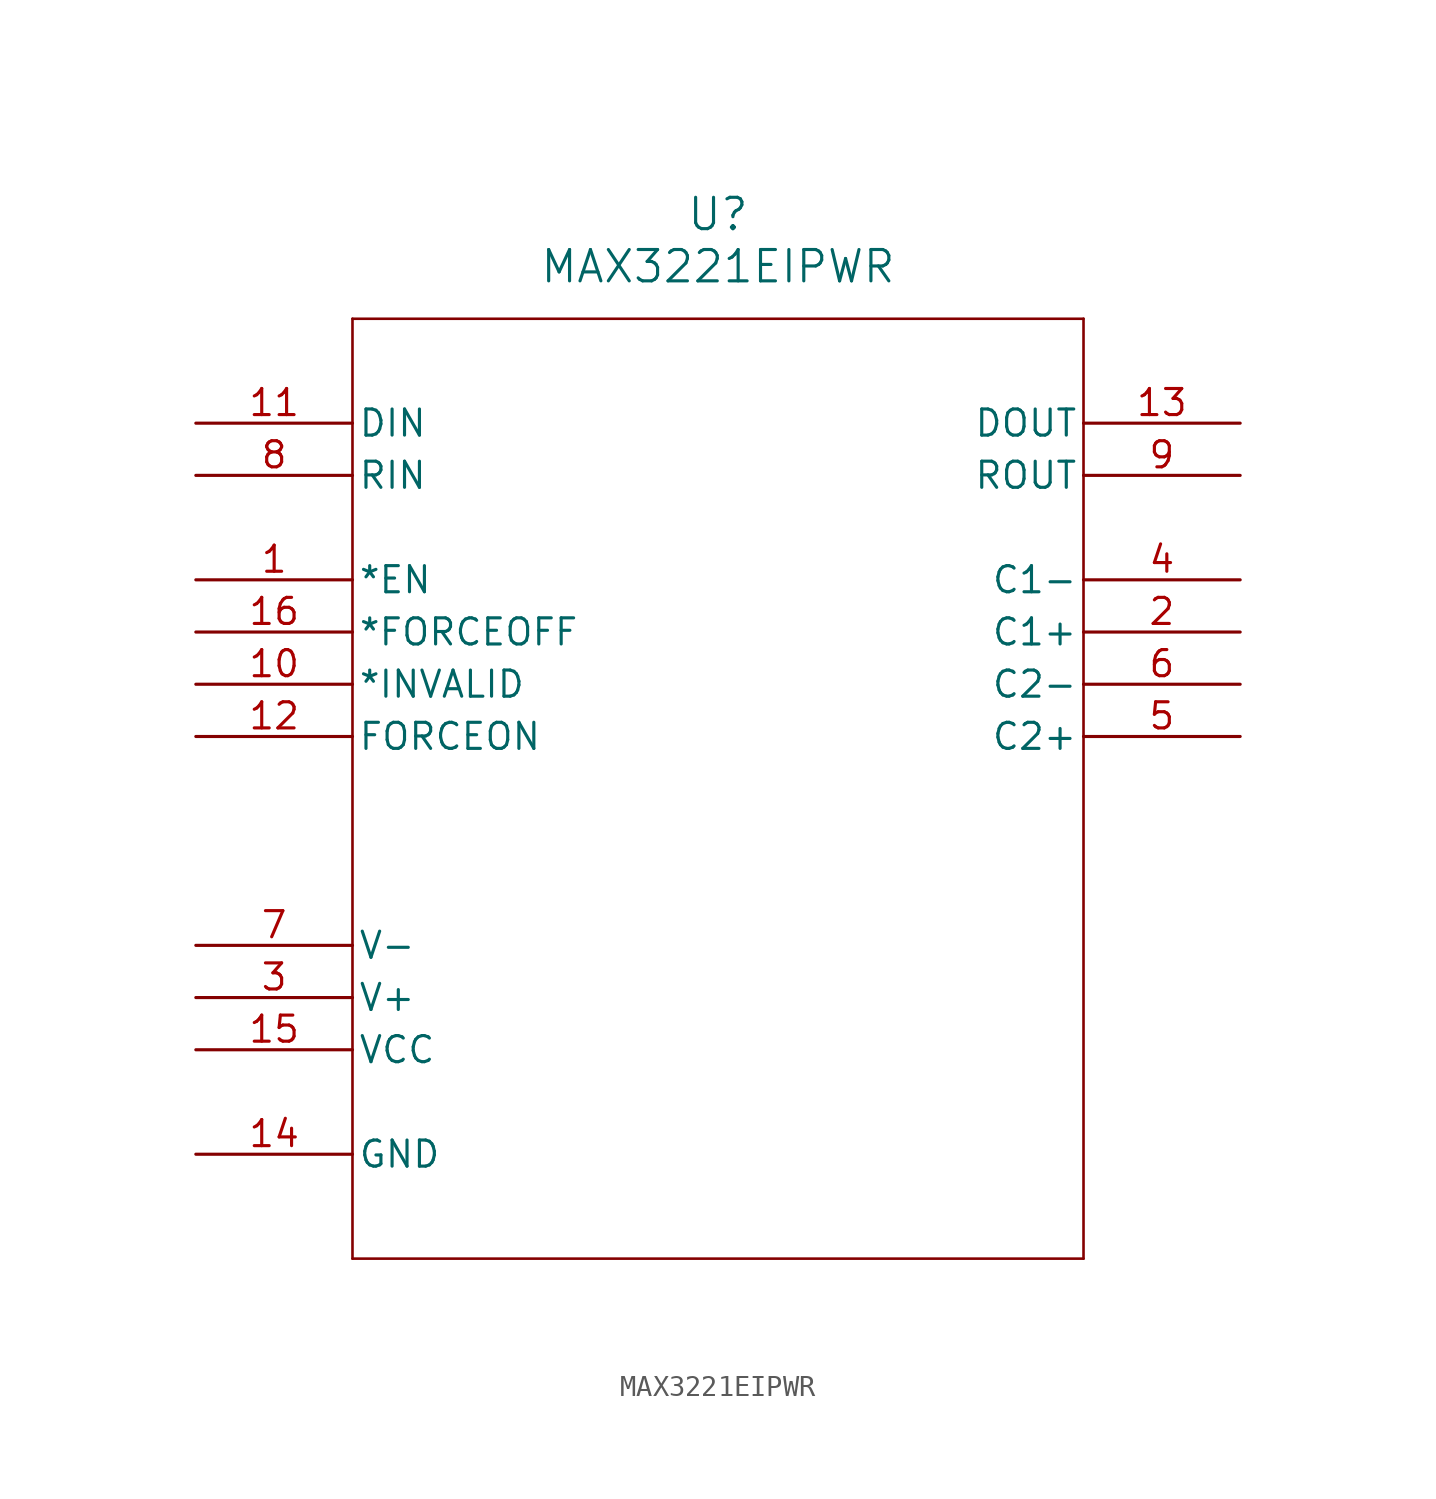
<source format=kicad_sym>
(kicad_symbol_lib
  (version 20241209)
  (generator "kicad_symbol_editor")
  (generator_version "9.0")
  (symbol "MAX3221EIPWR"
    (pin_names
      (offset 0.254))
    (property "Reference" "U"
      (at 25.4 10.16 0)
      (effects (font (size 1.524 1.524))))
    (property "Value" "MAX3221EIPWR"
      (at 25.4 7.62 0)
      (effects (font (size 1.524 1.524))))
    (property "ki_locked" ""
      (at 0 0 0)
      (effects (font (size 1.27 1.27))))
    (symbol "MAX3221EIPWR_0_1"
      (polyline (pts (xy 7.62 5.08) (xy 7.62 -40.64)) (stroke (width 0.127) (type default)) (fill (type none)))
      (polyline (pts (xy 7.62 -40.64) (xy 43.18 -40.64)) (stroke (width 0.127) (type default)) (fill (type none)))
      (polyline (pts (xy 43.18 5.08) (xy 7.62 5.08)) (stroke (width 0.127) (type default)) (fill (type none)))
      (polyline (pts (xy 43.18 -40.64) (xy 43.18 5.08)) (stroke (width 0.127) (type default)) (fill (type none)))
      (pin input line (at 0 0 0) (length 7.62) (name "DIN" (effects (font (size 1.27 1.27)))) (number "11" (effects (font (size 1.27 1.27)))))
      (pin input line (at 0 -2.54 0) (length 7.62) (name "RIN" (effects (font (size 1.27 1.27)))) (number "8" (effects (font (size 1.27 1.27)))))
      (pin input line (at 0 -7.62 0) (length 7.62) (name "*EN" (effects (font (size 1.27 1.27)))) (number "1" (effects (font (size 1.27 1.27)))))
      (pin input line (at 0 -10.16 0) (length 7.62) (name "*FORCEOFF" (effects (font (size 1.27 1.27)))) (number "16" (effects (font (size 1.27 1.27)))))
      (pin passive line (at 0 -12.7 0) (length 7.62) (name "*INVALID" (effects (font (size 1.27 1.27)))) (number "10" (effects (font (size 1.27 1.27)))))
      (pin input line (at 0 -15.24 0) (length 7.62) (name "FORCEON" (effects (font (size 1.27 1.27)))) (number "12" (effects (font (size 1.27 1.27)))))
      (pin passive line (at 0 -25.4 0) (length 7.62) (name "V-" (effects (font (size 1.27 1.27)))) (number "7" (effects (font (size 1.27 1.27)))))
      (pin passive line (at 0 -27.94 0) (length 7.62) (name "V+" (effects (font (size 1.27 1.27)))) (number "3" (effects (font (size 1.27 1.27)))))
      (pin power_in line (at 0 -30.48 0) (length 7.62) (name "VCC" (effects (font (size 1.27 1.27)))) (number "15" (effects (font (size 1.27 1.27)))))
      (pin power_in line (at 0 -35.56 0) (length 7.62) (name "GND" (effects (font (size 1.27 1.27)))) (number "14" (effects (font (size 1.27 1.27)))))
      (pin output line (at 50.8 0 180) (length 7.62) (name "DOUT" (effects (font (size 1.27 1.27)))) (number "13" (effects (font (size 1.27 1.27)))))
      (pin output line (at 50.8 -2.54 180) (length 7.62) (name "ROUT" (effects (font (size 1.27 1.27)))) (number "9" (effects (font (size 1.27 1.27)))))
      (pin passive line (at 50.8 -7.62 180) (length 7.62) (name "C1-" (effects (font (size 1.27 1.27)))) (number "4" (effects (font (size 1.27 1.27)))))
      (pin passive line (at 50.8 -10.16 180) (length 7.62) (name "C1+" (effects (font (size 1.27 1.27)))) (number "2" (effects (font (size 1.27 1.27)))))
      (pin passive line (at 50.8 -12.7 180) (length 7.62) (name "C2-" (effects (font (size 1.27 1.27)))) (number "6" (effects (font (size 1.27 1.27)))))
      (pin passive line (at 50.8 -15.24 180) (length 7.62) (name "C2+" (effects (font (size 1.27 1.27)))) (number "5" (effects (font (size 1.27 1.27))))))))
</source>
